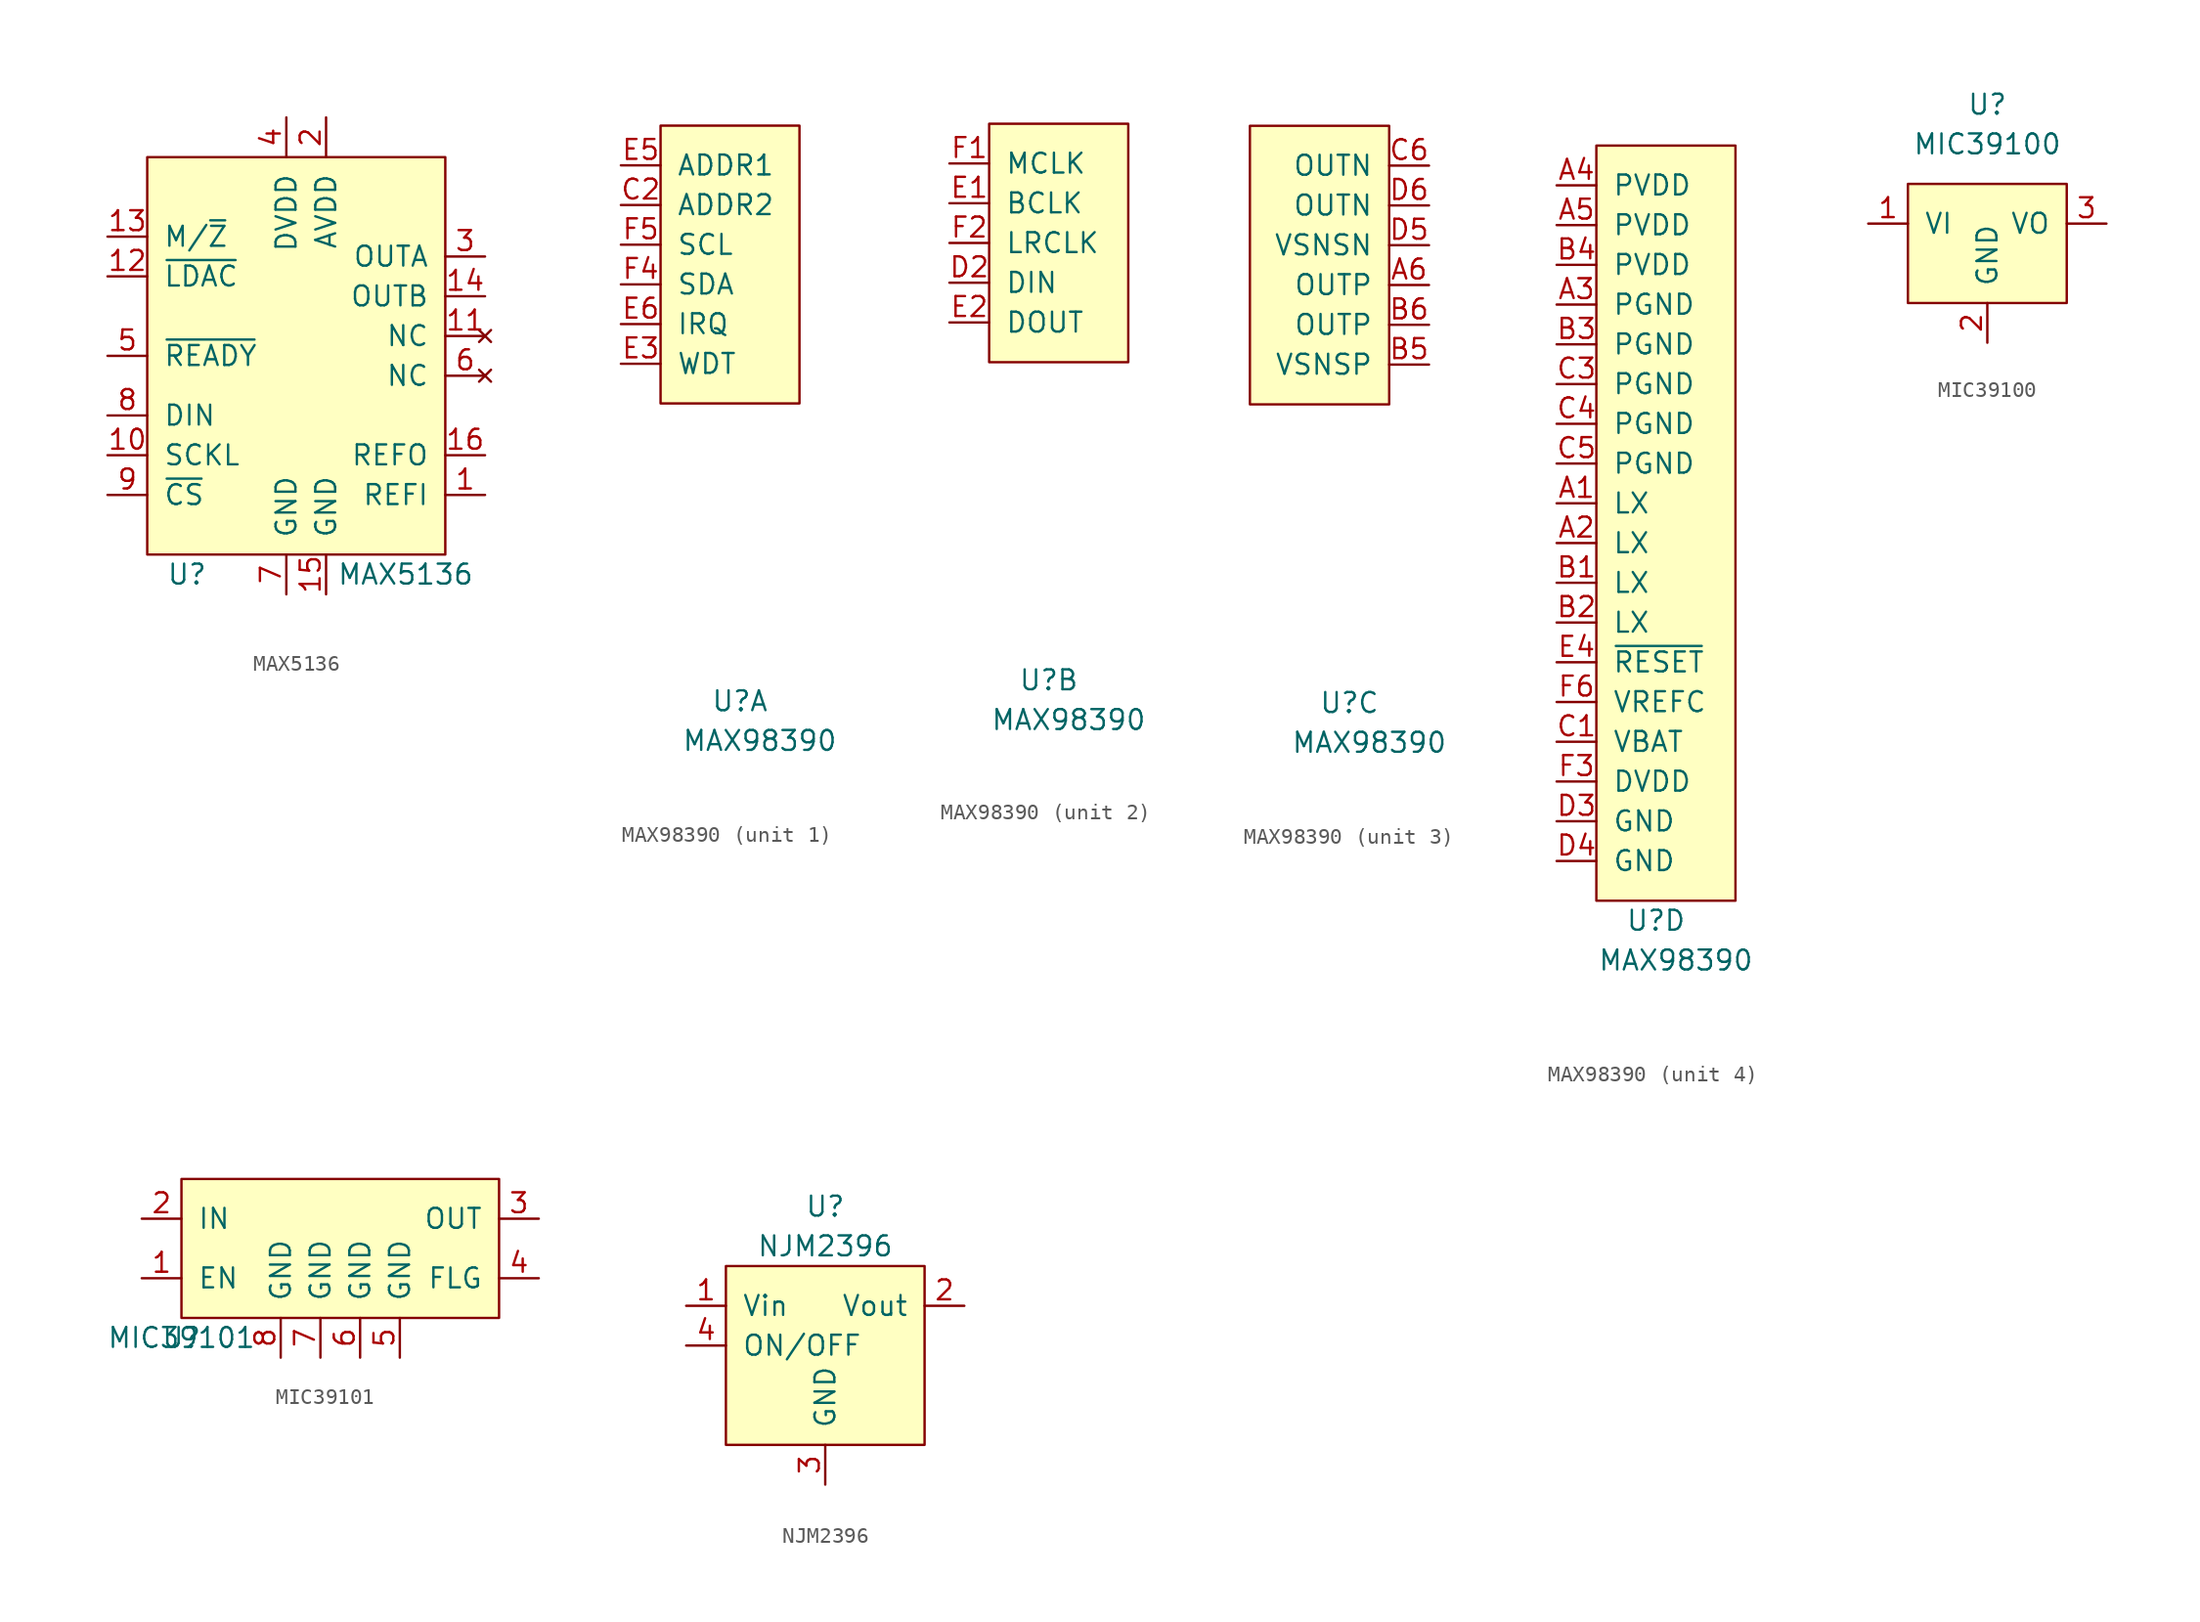
<source format=kicad_sym>
(kicad_symbol_lib
  (version 20231120)
  (generator "kicad_symbol_editor")
  (generator_version "8.0")
  (symbol "MAX5136"
    (pin_names
      (offset 1.016))
    (property "Reference" "U"
      (at -7.62 -13.97 0)
      (effects (font (size 1.27 1.27))))
    (property "Value" "MAX5136"
      (at 6.35 -13.97 0)
      (effects (font (size 1.27 1.27))))
    (symbol "MAX5136_0_1"
      (rectangle (start -10.16 12.7) (end 8.89 -12.7) (stroke (width 0) (type default)) (fill (type background))))
    (symbol "MAX5136_1_1"
      (pin power_in line (at 11.43 -8.89 180) (length 2.54) (name "REFI" (effects (font (size 1.27 1.27)))) (number "1" (effects (font (size 1.27 1.27)))))
      (pin input line (at -12.7 -6.35 0) (length 2.54) (name "SCKL" (effects (font (size 1.27 1.27)))) (number "10" (effects (font (size 1.27 1.27)))))
      (pin no_connect line (at 11.43 1.27 180) (length 2.54) (name "NC" (effects (font (size 1.27 1.27)))) (number "11" (effects (font (size 1.27 1.27)))))
      (pin input line (at -12.7 5.08 0) (length 2.54) (name "~{LDAC}" (effects (font (size 1.27 1.27)))) (number "12" (effects (font (size 1.27 1.27)))))
      (pin input line (at -12.7 7.62 0) (length 2.54) (name "M/~{Z}" (effects (font (size 1.27 1.27)))) (number "13" (effects (font (size 1.27 1.27)))))
      (pin output line (at 11.43 3.81 180) (length 2.54) (name "OUTB" (effects (font (size 1.27 1.27)))) (number "14" (effects (font (size 1.27 1.27)))))
      (pin power_in line (at 1.27 -15.24 90) (length 2.54) (name "GND" (effects (font (size 1.27 1.27)))) (number "15" (effects (font (size 1.27 1.27)))))
      (pin power_out line (at 11.43 -6.35 180) (length 2.54) (name "REFO" (effects (font (size 1.27 1.27)))) (number "16" (effects (font (size 1.27 1.27)))))
      (pin power_in line (at 1.27 15.24 270) (length 2.54) (name "AVDD" (effects (font (size 1.27 1.27)))) (number "2" (effects (font (size 1.27 1.27)))))
      (pin output line (at 11.43 6.35 180) (length 2.54) (name "OUTA" (effects (font (size 1.27 1.27)))) (number "3" (effects (font (size 1.27 1.27)))))
      (pin power_in line (at -1.27 15.24 270) (length 2.54) (name "DVDD" (effects (font (size 1.27 1.27)))) (number "4" (effects (font (size 1.27 1.27)))))
      (pin input line (at -12.7 0 0) (length 2.54) (name "~{READY}" (effects (font (size 1.27 1.27)))) (number "5" (effects (font (size 1.27 1.27)))))
      (pin no_connect line (at 11.43 -1.27 180) (length 2.54) (name "NC" (effects (font (size 1.27 1.27)))) (number "6" (effects (font (size 1.27 1.27)))))
      (pin power_in line (at -1.27 -15.24 90) (length 2.54) (name "GND" (effects (font (size 1.27 1.27)))) (number "7" (effects (font (size 1.27 1.27)))))
      (pin input line (at -12.7 -3.81 0) (length 2.54) (name "DIN" (effects (font (size 1.27 1.27)))) (number "8" (effects (font (size 1.27 1.27)))))
      (pin input line (at -12.7 -8.89 0) (length 2.54) (name "~{CS}" (effects (font (size 1.27 1.27)))) (number "9" (effects (font (size 1.27 1.27)))))))
  (symbol "MAX98390"
    (pin_names
      (offset 1.016))
    (property "Reference" "U"
      (at 0 -27.94 0)
      (effects (font (size 1.27 1.27))))
    (property "Value" "MAX98390"
      (at 1.27 -30.48 0)
      (effects (font (size 1.27 1.27))))
    (symbol "MAX98390_1_1"
      (rectangle (start -5.08 8.89) (end 3.81 -8.89) (stroke (width 0) (type default)) (fill (type background)))
      (pin input line (at -7.62 3.81 0) (length 2.54) (name "ADDR2" (effects (font (size 1.27 1.27)))) (number "C2" (effects (font (size 1.27 1.27)))))
      (pin input line (at -7.62 -6.35 0) (length 2.54) (name "WDT" (effects (font (size 1.27 1.27)))) (number "E3" (effects (font (size 1.27 1.27)))))
      (pin input line (at -7.62 6.35 0) (length 2.54) (name "ADDR1" (effects (font (size 1.27 1.27)))) (number "E5" (effects (font (size 1.27 1.27)))))
      (pin output line (at -7.62 -3.81 0) (length 2.54) (name "IRQ" (effects (font (size 1.27 1.27)))) (number "E6" (effects (font (size 1.27 1.27)))))
      (pin bidirectional line (at -7.62 -1.27 0) (length 2.54) (name "SDA" (effects (font (size 1.27 1.27)))) (number "F4" (effects (font (size 1.27 1.27)))))
      (pin input line (at -7.62 1.27 0) (length 2.54) (name "SCL" (effects (font (size 1.27 1.27)))) (number "F5" (effects (font (size 1.27 1.27))))))
    (symbol "MAX98390_2_1"
      (rectangle (start -3.81 7.62) (end 5.08 -7.62) (stroke (width 0) (type default)) (fill (type background)))
      (pin bidirectional line (at -6.35 -2.54 0) (length 2.54) (name "DIN" (effects (font (size 1.27 1.27)))) (number "D2" (effects (font (size 1.27 1.27)))))
      (pin bidirectional line (at -6.35 2.54 0) (length 2.54) (name "BCLK" (effects (font (size 1.27 1.27)))) (number "E1" (effects (font (size 1.27 1.27)))))
      (pin output line (at -6.35 -5.08 0) (length 2.54) (name "DOUT" (effects (font (size 1.27 1.27)))) (number "E2" (effects (font (size 1.27 1.27)))))
      (pin input line (at -6.35 5.08 0) (length 2.54) (name "MCLK" (effects (font (size 1.27 1.27)))) (number "F1" (effects (font (size 1.27 1.27)))))
      (pin bidirectional line (at -6.35 0 0) (length 2.54) (name "LRCLK" (effects (font (size 1.27 1.27)))) (number "F2" (effects (font (size 1.27 1.27))))))
    (symbol "MAX98390_3_1"
      (rectangle (start -6.35 -8.89) (end 2.54 8.89) (stroke (width 0) (type default)) (fill (type background)))
      (pin output line (at 5.08 -1.27 180) (length 2.54) (name "OUTP" (effects (font (size 1.27 1.27)))) (number "A6" (effects (font (size 1.27 1.27)))))
      (pin input line (at 5.08 -6.35 180) (length 2.54) (name "VSNSP" (effects (font (size 1.27 1.27)))) (number "B5" (effects (font (size 1.27 1.27)))))
      (pin output line (at 5.08 -3.81 180) (length 2.54) (name "OUTP" (effects (font (size 1.27 1.27)))) (number "B6" (effects (font (size 1.27 1.27)))))
      (pin output line (at 5.08 6.35 180) (length 2.54) (name "OUTN" (effects (font (size 1.27 1.27)))) (number "C6" (effects (font (size 1.27 1.27)))))
      (pin input line (at 5.08 1.27 180) (length 2.54) (name "VSNSN" (effects (font (size 1.27 1.27)))) (number "D5" (effects (font (size 1.27 1.27)))))
      (pin output line (at 5.08 3.81 180) (length 2.54) (name "OUTN" (effects (font (size 1.27 1.27)))) (number "D6" (effects (font (size 1.27 1.27))))))
    (symbol "MAX98390_4_1"
      (rectangle (start -3.81 21.59) (end 5.08 -26.67) (stroke (width 0) (type default)) (fill (type background)))
      (pin power_in line (at -6.35 -1.27 0) (length 2.54) (name "LX" (effects (font (size 1.27 1.27)))) (number "A1" (effects (font (size 1.27 1.27)))))
      (pin power_in line (at -6.35 -3.81 0) (length 2.54) (name "LX" (effects (font (size 1.27 1.27)))) (number "A2" (effects (font (size 1.27 1.27)))))
      (pin power_in line (at -6.35 11.43 0) (length 2.54) (name "PGND" (effects (font (size 1.27 1.27)))) (number "A3" (effects (font (size 1.27 1.27)))))
      (pin power_in line (at -6.35 19.05 0) (length 2.54) (name "PVDD" (effects (font (size 1.27 1.27)))) (number "A4" (effects (font (size 1.27 1.27)))))
      (pin power_in line (at -6.35 16.51 0) (length 2.54) (name "PVDD" (effects (font (size 1.27 1.27)))) (number "A5" (effects (font (size 1.27 1.27)))))
      (pin power_in line (at -6.35 -6.35 0) (length 2.54) (name "LX" (effects (font (size 1.27 1.27)))) (number "B1" (effects (font (size 1.27 1.27)))))
      (pin power_in line (at -6.35 -8.89 0) (length 2.54) (name "LX" (effects (font (size 1.27 1.27)))) (number "B2" (effects (font (size 1.27 1.27)))))
      (pin power_in line (at -6.35 8.89 0) (length 2.54) (name "PGND" (effects (font (size 1.27 1.27)))) (number "B3" (effects (font (size 1.27 1.27)))))
      (pin power_in line (at -6.35 13.97 0) (length 2.54) (name "PVDD" (effects (font (size 1.27 1.27)))) (number "B4" (effects (font (size 1.27 1.27)))))
      (pin power_in line (at -6.35 -16.51 0) (length 2.54) (name "VBAT" (effects (font (size 1.27 1.27)))) (number "C1" (effects (font (size 1.27 1.27)))))
      (pin power_in line (at -6.35 6.35 0) (length 2.54) (name "PGND" (effects (font (size 1.27 1.27)))) (number "C3" (effects (font (size 1.27 1.27)))))
      (pin power_in line (at -6.35 3.81 0) (length 2.54) (name "PGND" (effects (font (size 1.27 1.27)))) (number "C4" (effects (font (size 1.27 1.27)))))
      (pin power_in line (at -6.35 1.27 0) (length 2.54) (name "PGND" (effects (font (size 1.27 1.27)))) (number "C5" (effects (font (size 1.27 1.27)))))
      (pin power_in line (at -6.35 -21.59 0) (length 2.54) (name "GND" (effects (font (size 1.27 1.27)))) (number "D3" (effects (font (size 1.27 1.27)))))
      (pin power_in line (at -6.35 -24.13 0) (length 2.54) (name "GND" (effects (font (size 1.27 1.27)))) (number "D4" (effects (font (size 1.27 1.27)))))
      (pin input line (at -6.35 -11.43 0) (length 2.54) (name "~{RESET}" (effects (font (size 1.27 1.27)))) (number "E4" (effects (font (size 1.27 1.27)))))
      (pin power_in line (at -6.35 -19.05 0) (length 2.54) (name "DVDD" (effects (font (size 1.27 1.27)))) (number "F3" (effects (font (size 1.27 1.27)))))
      (pin output line (at -6.35 -13.97 0) (length 2.54) (name "VREFC" (effects (font (size 1.27 1.27)))) (number "F6" (effects (font (size 1.27 1.27)))))))
  (symbol "MIC39100"
    (pin_names
      (offset 1.016))
    (property "Reference" "U"
      (at 0 7.62 0)
      (effects (font (size 1.27 1.27))))
    (property "Value" "MIC39100"
      (at 0 5.08 0)
      (effects (font (size 1.27 1.27))))
    (symbol "MIC39100_1_1"
      (rectangle (start -5.08 2.54) (end 5.08 -5.08) (stroke (width 0) (type default)) (fill (type background)))
      (pin power_in line (at -7.62 0 0) (length 2.54) (name "VI" (effects (font (size 1.27 1.27)))) (number "1" (effects (font (size 1.27 1.27)))))
      (pin power_in line (at 0 -7.62 90) (length 2.54) (name "GND" (effects (font (size 1.27 1.27)))) (number "2" (effects (font (size 1.27 1.27)))))
      (pin power_out line (at 7.62 0 180) (length 2.54) (name "VO" (effects (font (size 1.27 1.27)))) (number "3" (effects (font (size 1.27 1.27)))))))
  (symbol "MIC39101"
    (pin_names
      (offset 1.016))
    (property "Reference" "U"
      (at -10.16 -5.08 0)
      (effects (font (size 1.27 1.27))))
    (property "Value" "MIC39101"
      (at -10.16 -5.08 0)
      (effects (font (size 1.27 1.27))))
    (symbol "MIC39101_0_1"
      (rectangle (start -10.16 -3.81) (end 10.16 5.08) (stroke (width 0) (type default)) (fill (type background))))
    (symbol "MIC39101_1_1"
      (pin input line (at -12.7 -1.27 0) (length 2.54) (name "EN" (effects (font (size 1.27 1.27)))) (number "1" (effects (font (size 1.27 1.27)))))
      (pin power_in line (at -12.7 2.54 0) (length 2.54) (name "IN" (effects (font (size 1.27 1.27)))) (number "2" (effects (font (size 1.27 1.27)))))
      (pin power_out line (at 12.7 2.54 180) (length 2.54) (name "OUT" (effects (font (size 1.27 1.27)))) (number "3" (effects (font (size 1.27 1.27)))))
      (pin input line (at 12.7 -1.27 180) (length 2.54) (name "FLG" (effects (font (size 1.27 1.27)))) (number "4" (effects (font (size 1.27 1.27)))))
      (pin power_in line (at 3.81 -6.35 90) (length 2.54) (name "GND" (effects (font (size 1.27 1.27)))) (number "5" (effects (font (size 1.27 1.27)))))
      (pin power_in line (at 1.27 -6.35 90) (length 2.54) (name "GND" (effects (font (size 1.27 1.27)))) (number "6" (effects (font (size 1.27 1.27)))))
      (pin power_in line (at -1.27 -6.35 90) (length 2.54) (name "GND" (effects (font (size 1.27 1.27)))) (number "7" (effects (font (size 1.27 1.27)))))
      (pin power_in line (at -3.81 -6.35 90) (length 2.54) (name "GND" (effects (font (size 1.27 1.27)))) (number "8" (effects (font (size 1.27 1.27)))))))
  (symbol "NJM2396"
    (pin_names
      (offset 1.016))
    (property "Reference" "U"
      (at 0 10.16 0)
      (effects (font (size 1.27 1.27))))
    (property "Value" "NJM2396"
      (at 0 7.62 0)
      (effects (font (size 1.27 1.27))))
    (symbol "NJM2396_0_1"
      (rectangle (start 6.35 -5.08) (end -6.35 6.35) (stroke (width 0) (type default)) (fill (type background))))
    (symbol "NJM2396_1_1"
      (pin power_in line (at -8.89 3.81 0) (length 2.54) (name "Vin" (effects (font (size 1.27 1.27)))) (number "1" (effects (font (size 1.27 1.27)))))
      (pin power_out line (at 8.89 3.81 180) (length 2.54) (name "Vout" (effects (font (size 1.27 1.27)))) (number "2" (effects (font (size 1.27 1.27)))))
      (pin power_in line (at 0 -7.62 90) (length 2.54) (name "GND" (effects (font (size 1.27 1.27)))) (number "3" (effects (font (size 1.27 1.27)))))
      (pin input line (at -8.89 1.27 0) (length 2.54) (name "ON/OFF" (effects (font (size 1.27 1.27)))) (number "4" (effects (font (size 1.27 1.27))))))))
</source>
